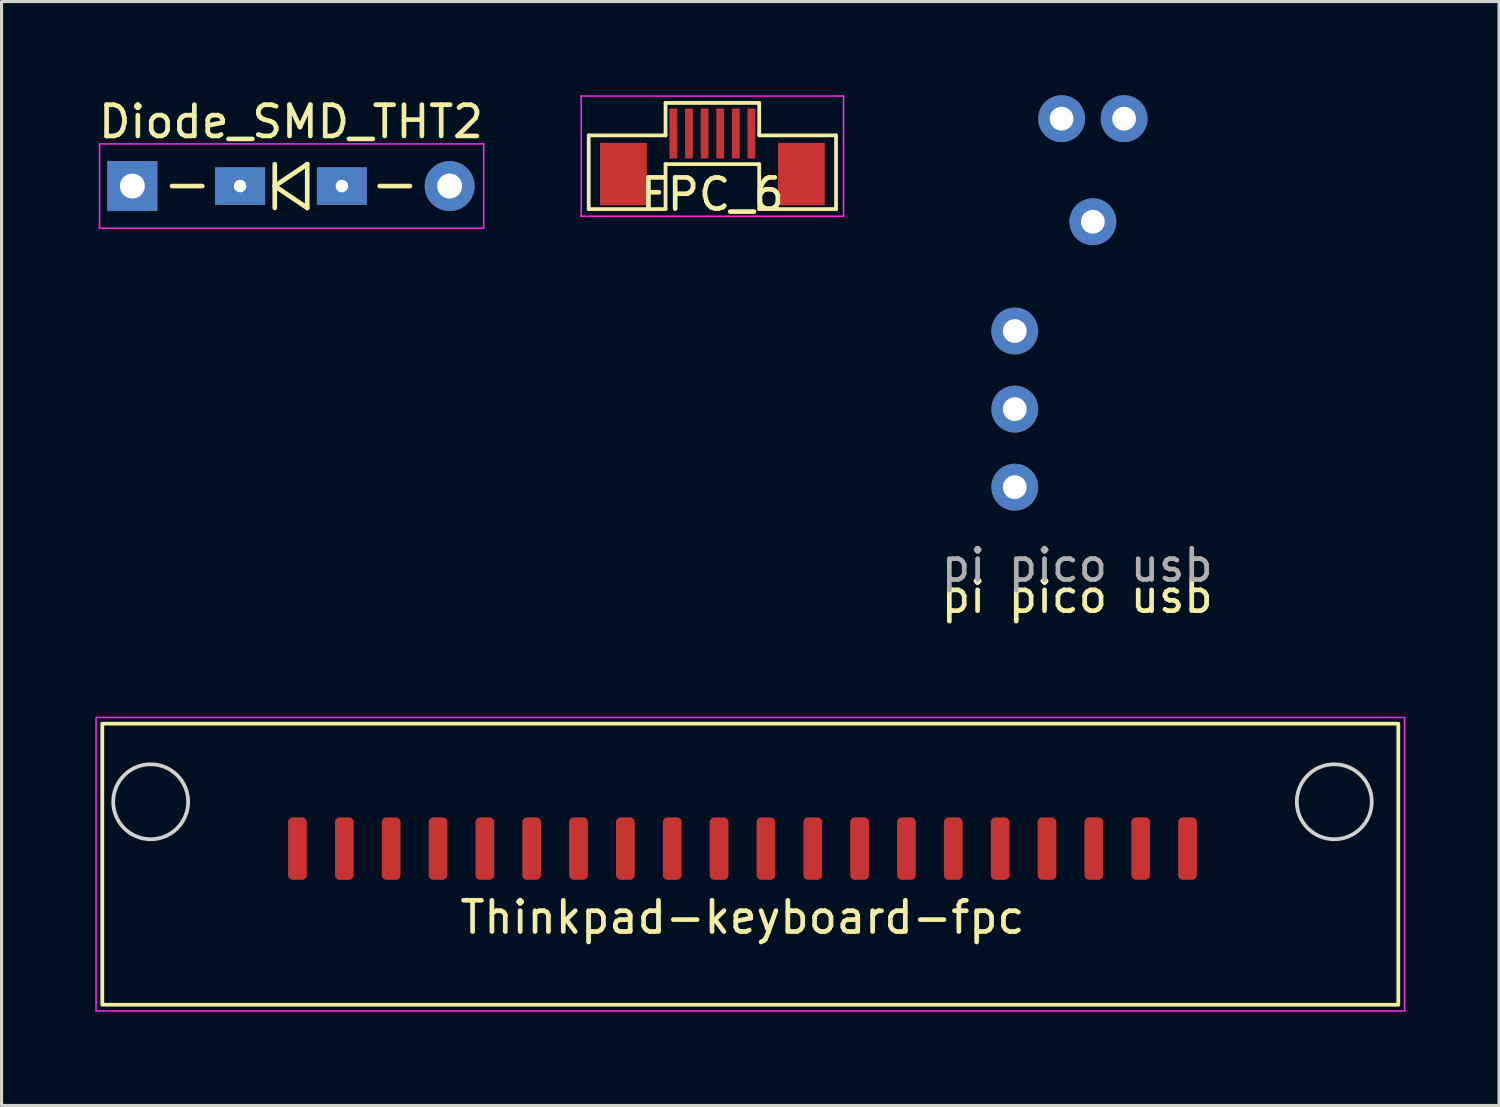
<source format=kicad_pcb>
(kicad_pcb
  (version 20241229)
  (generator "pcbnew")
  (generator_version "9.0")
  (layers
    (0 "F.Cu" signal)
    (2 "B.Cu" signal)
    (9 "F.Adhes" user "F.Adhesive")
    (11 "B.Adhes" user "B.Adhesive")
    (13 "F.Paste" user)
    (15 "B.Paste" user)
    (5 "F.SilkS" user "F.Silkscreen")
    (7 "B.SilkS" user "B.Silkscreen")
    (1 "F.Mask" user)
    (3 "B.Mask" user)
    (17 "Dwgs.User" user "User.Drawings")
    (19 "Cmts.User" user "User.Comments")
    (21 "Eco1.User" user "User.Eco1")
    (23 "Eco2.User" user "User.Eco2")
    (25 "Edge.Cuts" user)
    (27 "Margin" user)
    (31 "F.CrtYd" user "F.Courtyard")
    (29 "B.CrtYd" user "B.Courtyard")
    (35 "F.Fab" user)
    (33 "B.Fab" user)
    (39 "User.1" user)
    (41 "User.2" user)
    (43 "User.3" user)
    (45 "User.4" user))
  (footprint "Thinkpad-keyboard-fpc"
    (layer "F.Cu")
    (at 20.725 23.823)
    (property "Reference" "Thinkpad-keyboard-fpc" (at 0 2.5 0) (unlocked yes) (layer "F.SilkS") (effects (font (size 1 1) (thickness 0.15))))
    (attr smd)
    (fp_rect (start -20.5 -3.7) (end 21 5.3) (stroke (width 0.12) (type default)) (fill no) (layer "F.SilkS"))
    (fp_circle (center -18.95 -1.2) (end -18.95 -2.4) (stroke (width 0.12) (type default)) (fill no) (layer "Edge.Cuts"))
    (fp_circle (center 18.95 -1.2) (end 18.95 -2.4) (stroke (width 0.12) (type default)) (fill no) (layer "Edge.Cuts"))
    (fp_rect (start -20.7 -3.9) (end 21.2 5.5) (stroke (width 0.05) (type default)) (fill no) (layer "F.CrtYd"))
    (pad "1" smd roundrect (at -14.25 0.3) (size 0.6 2) (layers "F.Cu" "F.Mask" "F.Paste") (roundrect_rratio 0.25))
    (pad "2" smd roundrect (at -12.75 0.3) (size 0.6 2) (layers "F.Cu" "F.Mask" "F.Paste") (roundrect_rratio 0.25))
    (pad "3" smd roundrect (at -11.25 0.3) (size 0.6 2) (layers "F.Cu" "F.Mask" "F.Paste") (roundrect_rratio 0.25))
    (pad "4" smd roundrect (at -9.75 0.3) (size 0.6 2) (layers "F.Cu" "F.Mask" "F.Paste") (roundrect_rratio 0.25))
    (pad "5" smd roundrect (at -8.25 0.3) (size 0.6 2) (layers "F.Cu" "F.Mask" "F.Paste") (roundrect_rratio 0.25))
    (pad "6" smd roundrect (at -6.75 0.3) (size 0.6 2) (layers "F.Cu" "F.Mask" "F.Paste") (roundrect_rratio 0.25))
    (pad "7" smd roundrect (at -5.25 0.3) (size 0.6 2) (layers "F.Cu" "F.Mask" "F.Paste") (roundrect_rratio 0.25))
    (pad "8" smd roundrect (at -3.75 0.3) (size 0.6 2) (layers "F.Cu" "F.Mask" "F.Paste") (roundrect_rratio 0.25))
    (pad "9" smd roundrect (at -2.25 0.3) (size 0.6 2) (layers "F.Cu" "F.Mask" "F.Paste") (roundrect_rratio 0.25))
    (pad "10" smd roundrect (at -0.75 0.3) (size 0.6 2) (layers "F.Cu" "F.Mask" "F.Paste") (roundrect_rratio 0.25))
    (pad "11" smd roundrect (at 0.75 0.3) (size 0.6 2) (layers "F.Cu" "F.Mask" "F.Paste") (roundrect_rratio 0.25))
    (pad "12" smd roundrect (at 2.25 0.3) (size 0.6 2) (layers "F.Cu" "F.Mask" "F.Paste") (roundrect_rratio 0.25))
    (pad "13" smd roundrect (at 3.75 0.3) (size 0.6 2) (layers "F.Cu" "F.Mask" "F.Paste") (roundrect_rratio 0.25))
    (pad "14" smd roundrect (at 5.25 0.3) (size 0.6 2) (layers "F.Cu" "F.Mask" "F.Paste") (roundrect_rratio 0.25))
    (pad "15" smd roundrect (at 6.75 0.3) (size 0.6 2) (layers "F.Cu" "F.Mask" "F.Paste") (roundrect_rratio 0.25))
    (pad "16" smd roundrect (at 8.25 0.3) (size 0.6 2) (layers "F.Cu" "F.Mask" "F.Paste") (roundrect_rratio 0.25))
    (pad "17" smd roundrect (at 9.75 0.3) (size 0.6 2) (layers "F.Cu" "F.Mask" "F.Paste") (roundrect_rratio 0.25))
    (pad "18" smd roundrect (at 11.25 0.3) (size 0.6 2) (layers "F.Cu" "F.Mask" "F.Paste") (roundrect_rratio 0.25))
    (pad "19" smd roundrect (at 12.75 0.3) (size 0.6 2) (layers "F.Cu" "F.Mask" "F.Paste") (roundrect_rratio 0.25))
    (pad "20" smd roundrect (at 14.25 0.3) (size 0.6 2) (layers "F.Cu" "F.Mask" "F.Paste") (roundrect_rratio 0.25)))
  (footprint "Diode_SMD_THT2"
    (layer "F.Cu")
    (at 1.188 2.908)
    (property "Reference" "Diode_SMD_THT2" (at 5.08 -2.06 0) (layer "F.SilkS") (effects (font (size 1 1) (thickness 0.15))))
    (attr through_hole)
    (fp_line (start 1.27 0) (end 2.24 0) (stroke (width 0.15) (type solid)) (layer "F.SilkS"))
    (fp_line (start 4.56 0) (end 5.6 -0.7) (stroke (width 0.15) (type solid)) (layer "F.SilkS"))
    (fp_line (start 4.56 0.7) (end 4.56 -0.7) (stroke (width 0.15) (type solid)) (layer "F.SilkS"))
    (fp_line (start 5.6 -0.7) (end 5.6 0.7) (stroke (width 0.15) (type solid)) (layer "F.SilkS"))
    (fp_line (start 5.6 0.7) (end 4.56 0) (stroke (width 0.15) (type solid)) (layer "F.SilkS"))
    (fp_line (start 7.92 0) (end 8.89 0) (stroke (width 0.15) (type solid)) (layer "F.SilkS"))
    (fp_line (start -1.05 -1.35) (end -1.05 1.35) (stroke (width 0.05) (type solid)) (layer "F.CrtYd"))
    (fp_line (start -1.05 1.35) (end 11.25 1.35) (stroke (width 0.05) (type solid)) (layer "F.CrtYd"))
    (fp_line (start 11.25 -1.35) (end -1.05 -1.35) (stroke (width 0.05) (type solid)) (layer "F.CrtYd"))
    (fp_line (start 11.25 1.35) (end 11.25 -1.35) (stroke (width 0.05) (type solid)) (layer "F.CrtYd"))
    (pad "1" thru_hole rect (at 0 0) (size 1.6 1.6) (drill 0.8) (layers "*.Cu" "*.Mask"))
    (pad "1" thru_hole rect (at 3.45 0) (size 1.6 1.2) (drill 0.4) (layers "*.Cu" "*.Mask"))
    (pad "2" thru_hole rect (at 6.71 0) (size 1.6 1.2) (drill 0.4) (layers "*.Cu" "*.Mask"))
    (pad "2" thru_hole oval (at 10.16 0) (size 1.6 1.6) (drill 0.8) (layers "*.Cu" "*.Mask")))
  (footprint "pi pico usb"
    (layer "F.Cu")
    (at 31.444 12.55)
    (property "Reference" "pi pico usb" (at 0 3.5 0) (unlocked yes) (layer "F.SilkS") (effects (font (size 1 1) (thickness 0.15))))
    (attr through_hole)
    (fp_text user "${REFERENCE}" (at 0 2.5 0) (unlocked yes) (layer "F.Fab") (effects (font (size 1 1) (thickness 0.15))))
    (pad "1" thru_hole circle (at 0.5 -8.5) (size 1.5 1.5) (drill 0.762) (layers "*.Cu" "*.Mask"))
    (pad "2" thru_hole circle (at -0.5 -11.8) (size 1.5 1.5) (drill 0.762) (layers "*.Cu" "*.Mask"))
    (pad "3" thru_hole circle (at 1.5 -11.8) (size 1.5 1.5) (drill 0.762) (layers "*.Cu" "*.Mask"))
    (pad "4" thru_hole circle (at -2 -5) (size 1.5 1.5) (drill 0.762) (layers "*.Cu" "*.Mask"))
    (pad "5" thru_hole circle (at -2 -2.5) (size 1.5 1.5) (drill 0.762) (layers "*.Cu" "*.Mask"))
    (pad "6" thru_hole circle (at -2 0) (size 1.5 1.5) (drill 0.762) (layers "*.Cu" "*.Mask")))
  (footprint "FPC_6"
    (layer "F.Cu")
    (at 19.761 1.225)
    (property "Reference" "FPC_6" (at 0 1.95 0) (layer "F.SilkS") (effects (font (size 1 1) (thickness 0.15))))
    (attr smd)
    (fp_line (start -3.96 0.06) (end -1.5 0.06) (stroke (width 0.12) (type default)) (layer "F.SilkS"))
    (fp_line (start -3.96 2.42) (end -3.96 0.06) (stroke (width 0.12) (type default)) (layer "F.SilkS"))
    (fp_line (start -1.5 -0.98) (end 1.5 -0.98) (stroke (width 0.12) (type default)) (layer "F.SilkS"))
    (fp_line (start -1.5 0.06) (end -1.5 -0.98) (stroke (width 0.12) (type default)) (layer "F.SilkS"))
    (fp_line (start -1.5 0.98) (end -1.5 2.42) (stroke (width 0.12) (type default)) (layer "F.SilkS"))
    (fp_line (start -1.5 0.98) (end 1.5 0.98) (stroke (width 0.12) (type default)) (layer "F.SilkS"))
    (fp_line (start -1.5 2.42) (end -3.96 2.42) (stroke (width 0.12) (type default)) (layer "F.SilkS"))
    (fp_line (start 1.5 0.06) (end 1.5 -0.98) (stroke (width 0.12) (type default)) (layer "F.SilkS"))
    (fp_line (start 1.5 0.98) (end 1.5 2.42) (stroke (width 0.12) (type default)) (layer "F.SilkS"))
    (fp_line (start 1.5 2.42) (end 3.96 2.42) (stroke (width 0.12) (type default)) (layer "F.SilkS"))
    (fp_line (start 3.96 0.06) (end 1.5 0.06) (stroke (width 0.12) (type default)) (layer "F.SilkS"))
    (fp_line (start 3.96 2.42) (end 3.96 0.06) (stroke (width 0.12) (type default)) (layer "F.SilkS"))
    (fp_line (start -4.2 -1.2) (end -4.2 2.65) (stroke (width 0.05) (type default)) (layer "F.CrtYd"))
    (fp_line (start -4.2 -1.2) (end 4.2 -1.2) (stroke (width 0.05) (type default)) (layer "F.CrtYd"))
    (fp_line (start -4.2 2.65) (end 4.2 2.65) (stroke (width 0.05) (type default)) (layer "F.CrtYd"))
    (fp_line (start 4.2 -1.2) (end 4.2 2.65) (stroke (width 0.05) (type default)) (layer "F.CrtYd"))
    (pad "1" smd rect (at -1.25 0) (size 0.25 1.6) (layers "F.Cu" "F.Mask" "F.Paste"))
    (pad "2" smd rect (at -0.75 0) (size 0.25 1.6) (layers "F.Cu" "F.Mask" "F.Paste"))
    (pad "3" smd rect (at -0.25 0) (size 0.25 1.6) (layers "F.Cu" "F.Mask" "F.Paste"))
    (pad "4" smd rect (at 0.25 0) (size 0.25 1.6) (layers "F.Cu" "F.Mask" "F.Paste"))
    (pad "5" smd rect (at 0.75 0) (size 0.25 1.6) (layers "F.Cu" "F.Mask" "F.Paste"))
    (pad "6" smd rect (at 1.25 0) (size 0.25 1.6) (layers "F.Cu" "F.Mask" "F.Paste"))
    (pad "MP" smd rect (at -2.85 1.3) (size 1.5 2) (layers "F.Cu" "F.Mask" "F.Paste"))
    (pad "MP" smd rect (at 2.85 1.3) (size 1.5 2) (layers "F.Cu" "F.Mask" "F.Paste")))
  (gr_rect
    (start -3 -3)
    (end 44.95 32.348)
    (stroke (width 0.1) (type default))
    (fill no)
    (layer "Edge.Cuts")))
</source>
